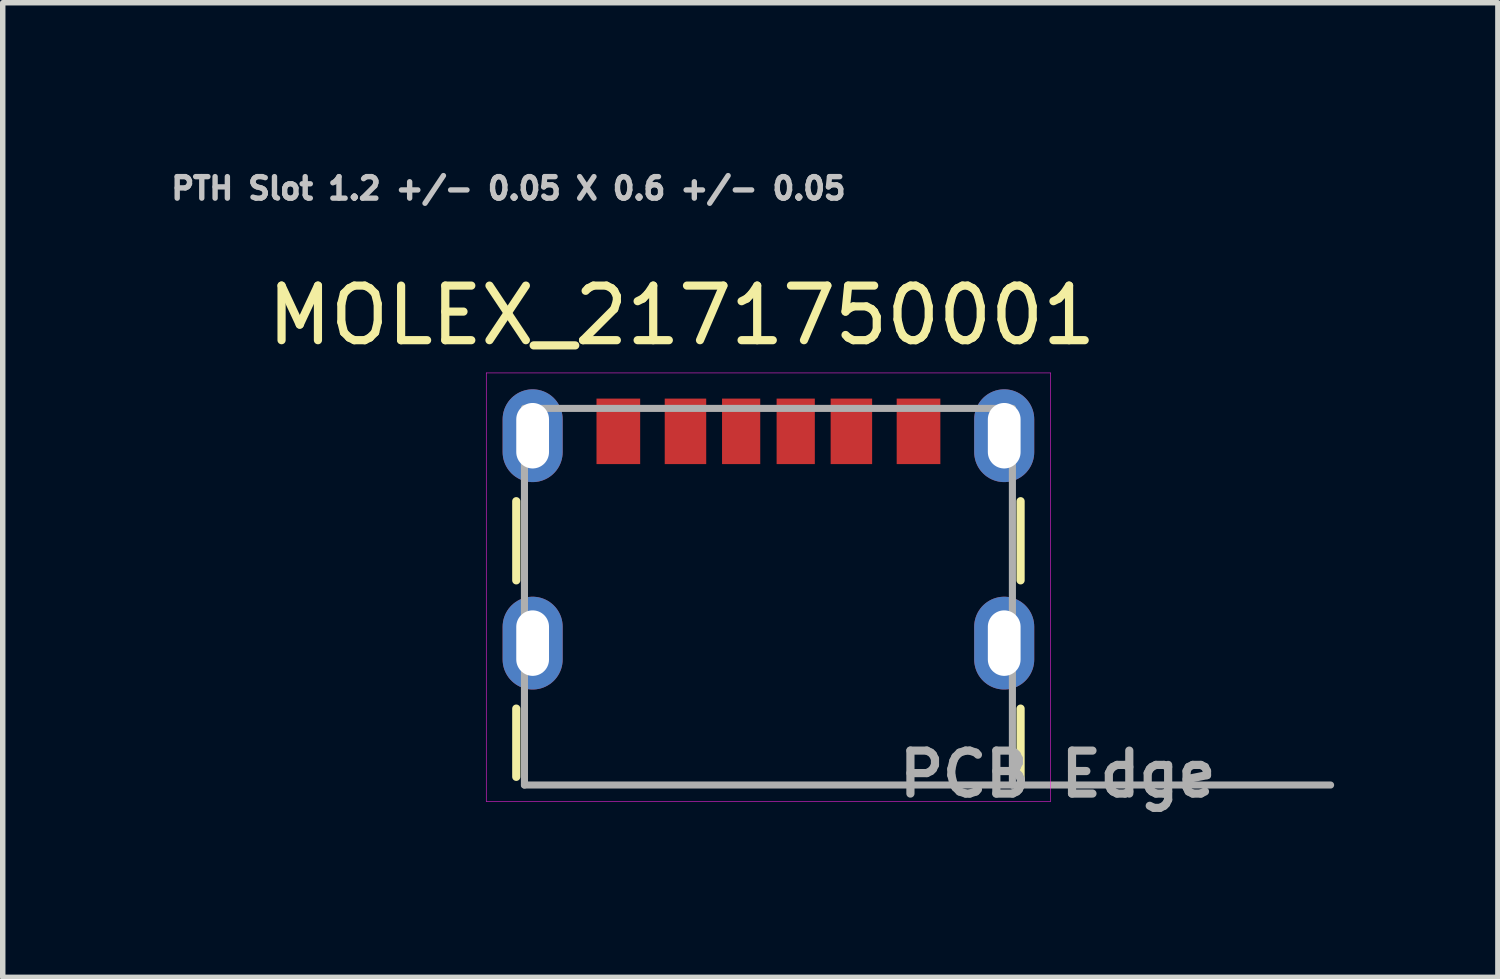
<source format=kicad_pcb>
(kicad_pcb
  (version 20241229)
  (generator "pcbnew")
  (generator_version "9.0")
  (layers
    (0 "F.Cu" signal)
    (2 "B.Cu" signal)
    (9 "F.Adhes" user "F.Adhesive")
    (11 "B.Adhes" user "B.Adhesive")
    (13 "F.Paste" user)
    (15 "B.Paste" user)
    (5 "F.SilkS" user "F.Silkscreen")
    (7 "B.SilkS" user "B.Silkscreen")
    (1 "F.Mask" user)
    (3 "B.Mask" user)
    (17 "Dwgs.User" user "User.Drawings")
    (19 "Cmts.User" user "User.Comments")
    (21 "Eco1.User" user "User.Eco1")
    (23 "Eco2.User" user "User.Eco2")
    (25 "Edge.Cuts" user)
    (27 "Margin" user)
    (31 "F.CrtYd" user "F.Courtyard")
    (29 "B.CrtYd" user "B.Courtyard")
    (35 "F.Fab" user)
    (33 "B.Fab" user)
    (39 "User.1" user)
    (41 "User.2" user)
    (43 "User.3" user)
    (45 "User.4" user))
  (footprint "MOLEX_2171750001"
    (layer "F.Cu")
    (at 11.029 11.333)
    (property "Reference" "MOLEX_2171750001" (at -1.587 -8.605 0) (layer "F.SilkS") (effects (font (size 1 1) (thickness 0.15))))
    (attr smd)
    (fp_poly (pts (xy -3.213 -7.144) (xy -2.287 -7.144) (xy -2.287 -5.816) (xy -3.213 -5.816)) (stroke (width 0.01) (type solid)) (fill yes) (layer "F.Mask"))
    (fp_poly (pts (xy -1.964 -7.144) (xy -1.077 -7.144) (xy -1.077 -5.816) (xy -1.964 -5.816)) (stroke (width 0.01) (type solid)) (fill yes) (layer "F.Mask"))
    (fp_poly (pts (xy -0.913 -7.144) (xy -0.086 -7.144) (xy -0.086 -5.816) (xy -0.913 -5.816)) (stroke (width 0.01) (type solid)) (fill yes) (layer "F.Mask"))
    (fp_poly (pts (xy 0.086 -7.144) (xy 0.913 -7.144) (xy 0.913 -5.816) (xy 0.086 -5.816)) (stroke (width 0.01) (type solid)) (fill yes) (layer "F.Mask"))
    (fp_poly (pts (xy 1.077 -7.144) (xy 1.964 -7.144) (xy 1.964 -5.816) (xy 1.077 -5.816)) (stroke (width 0.01) (type solid)) (fill yes) (layer "F.Mask"))
    (fp_poly (pts (xy 2.287 -7.144) (xy 3.213 -7.144) (xy 3.213 -5.816) (xy 2.287 -5.816)) (stroke (width 0.01) (type solid)) (fill yes) (layer "F.Mask"))
    (fp_line (start -4.62 -3.75) (end -4.62 -5.2) (stroke (width 0.15) (type solid)) (layer "F.SilkS"))
    (fp_line (start -4.62 -0.15) (end -4.62 -1.4) (stroke (width 0.15) (type solid)) (layer "F.SilkS"))
    (fp_line (start 4.62 -3.75) (end 4.62 -5.2) (stroke (width 0.15) (type solid)) (layer "F.SilkS"))
    (fp_line (start 4.62 -0.15) (end 4.62 -1.4) (stroke (width 0.15) (type solid)) (layer "F.SilkS"))
    (fp_line (start -5.17 -7.55) (end -5.17 0.3) (stroke (width 0.01) (type solid)) (layer "F.CrtYd"))
    (fp_line (start -5.17 0.3) (end 5.17 0.3) (stroke (width 0.01) (type solid)) (layer "F.CrtYd"))
    (fp_line (start 5.17 -7.55) (end -5.17 -7.55) (stroke (width 0.01) (type solid)) (layer "F.CrtYd"))
    (fp_line (start 5.17 0.3) (end 5.17 -7.55) (stroke (width 0.01) (type solid)) (layer "F.CrtYd"))
    (fp_line (start -4.47 -6.9) (end 4.47 -6.9) (stroke (width 0.13) (type solid)) (layer "F.Fab"))
    (fp_line (start -4.47 0) (end -4.47 -6.9) (stroke (width 0.13) (type solid)) (layer "F.Fab"))
    (fp_line (start 4.47 -6.9) (end 4.47 0) (stroke (width 0.13) (type solid)) (layer "F.Fab"))
    (fp_line (start 4.47 0) (end -4.47 0) (stroke (width 0.13) (type solid)) (layer "F.Fab"))
    (fp_line (start 4.47 0) (end 10.3 0) (stroke (width 0.13) (type solid)) (layer "F.Fab"))
    (fp_text user "PTH Slot 1.2 +/- 0.05 X 0.6 +/- 0.05" (at -4.763 -10.93 0) (layer "Dwgs.User") (effects (font (size 0.394 0.394) (thickness 0.15))))
    (fp_text user "PCB Edge" (at 5.3 -0.2 0) (layer "F.Fab") (effects (font (size 0.787 0.787) (thickness 0.15))))
    (pad "A5" smd rect (at -0.5 -6.48) (size 0.7 1.2) (layers "F.Cu" "F.Paste"))
    (pad "A9" smd rect (at 1.52 -6.48) (size 0.76 1.2) (layers "F.Cu" "F.Paste"))
    (pad "A12" smd rect (at 2.75 -6.48) (size 0.8 1.2) (layers "F.Cu" "F.Paste"))
    (pad "B5" smd rect (at 0.5 -6.48) (size 0.7 1.2) (layers "F.Cu" "F.Paste"))
    (pad "B9" smd rect (at -1.52 -6.48) (size 0.76 1.2) (layers "F.Cu" "F.Paste"))
    (pad "B12" smd rect (at -2.75 -6.48) (size 0.8 1.2) (layers "F.Cu" "F.Paste"))
    (pad "SH1" thru_hole oval (at -4.32 -2.6) (size 1.1 1.7) (drill oval 0.6 1.2) (layers "*.Cu" "*.Mask"))
    (pad "SH2" thru_hole oval (at 4.32 -2.6) (size 1.1 1.7) (drill oval 0.6 1.2) (layers "*.Cu" "*.Mask"))
    (pad "SH3" thru_hole oval (at -4.32 -6.4) (size 1.1 1.7) (drill oval 0.6 1.2) (layers "*.Cu" "*.Mask"))
    (pad "SH4" thru_hole oval (at 4.32 -6.4) (size 1.1 1.7) (drill oval 0.6 1.2) (layers "*.Cu" "*.Mask")))
  (gr_rect
    (start -3 -3)
    (end 24.394 14.857)
    (stroke (width 0.1) (type default))
    (fill no)
    (layer "Edge.Cuts")))
</source>
